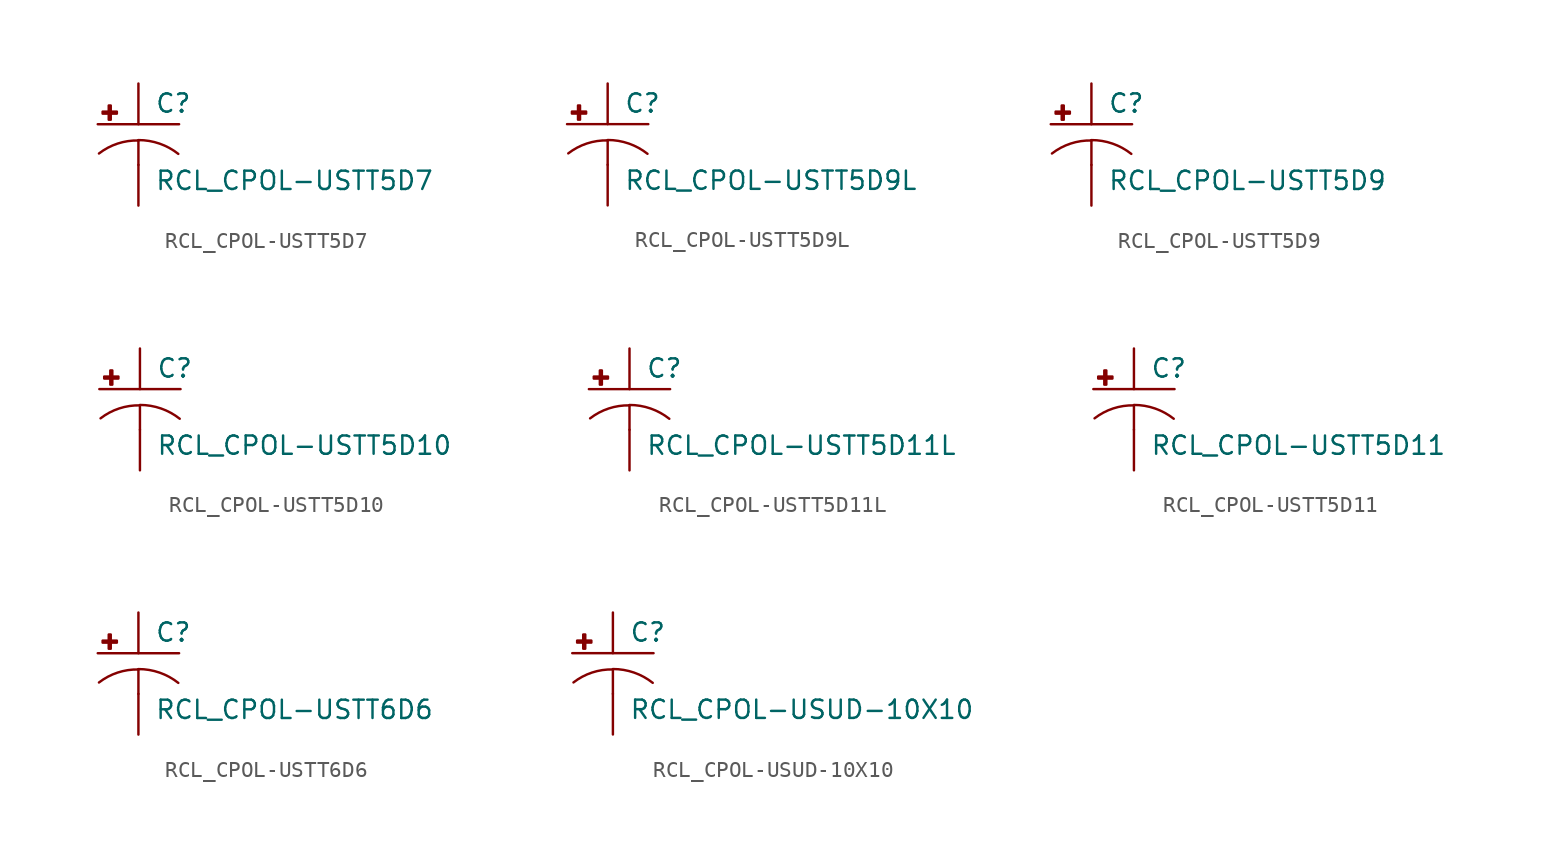
<source format=kicad_sym>
(kicad_symbol_lib
  (version 20210619)
  (generator kicad_symbol_editor)
  (symbol "RCL_CPOL-USTT5D7"
    (pin_numbers hide)
    (pin_names
      (offset 1.016) hide)
    (property "Reference" "C"
      (at 1.016 0.635 0)
      (effects (font (size 1.143 1.143)) (justify left bottom)))
    (property "Value" "RCL_CPOL-USTT5D7"
      (at 1.016 -4.191 0)
      (effects (font (size 1.143 1.143)) (justify left bottom)))
    (property "ki_locked" ""
      (at 0 0 0)
      (effects (font (size 1.27 1.27))))
    (symbol "RCL_CPOL-USTT5D7_1_0"
      (polyline (pts (xy -2.54 0) (xy 2.54 0)) (stroke (width 0)) (fill (type none)))
      (polyline (pts (xy 0 -1.016) (xy 0 -2.54)) (stroke (width 0)) (fill (type none)))
      (polyline (pts (xy 0 -1.016) (xy 0 -1.016)) (stroke (width 0)) (fill (type none))))
    (symbol "RCL_CPOL-USTT5D7_1_1"
      (arc (start 0 -1.016) (end -2.4638 -1.8288) (radius (at 0 -5.0546) (length 4.0386) (angles 90.1 127.3)) (stroke (width 0)) (fill (type none)))
      (arc (start 2.4892 -1.8542) (end 0 -0.9906) (radius (at 0 -5.0292) (length 4.0386) (angles 52.3 89.9)) (stroke (width 0)) (fill (type none)))
      (rectangle (start -2.235 0.66) (end -1.346 0.787) (stroke (width 0)) (fill (type outline)))
      (rectangle (start -1.854 0.279) (end -1.727 1.168) (stroke (width 0)) (fill (type outline)))
      (pin passive line (at 0 2.54 270) (length 2.54) (name "+" (effects (font (size 1.016 1.016)))) (number "+" (effects (font (size 1.016 1.016)))))
      (pin passive line (at 0 -5.08 90) (length 2.54) (name "-" (effects (font (size 1.016 1.016)))) (number "-" (effects (font (size 1.016 1.016)))))))
  (symbol "RCL_CPOL-USTT5D9L"
    (pin_numbers hide)
    (pin_names
      (offset 1.016) hide)
    (property "Reference" "C"
      (at 1.016 0.635 0)
      (effects (font (size 1.143 1.143)) (justify left bottom)))
    (property "Value" "RCL_CPOL-USTT5D9L"
      (at 1.016 -4.191 0)
      (effects (font (size 1.143 1.143)) (justify left bottom)))
    (property "ki_locked" ""
      (at 0 0 0)
      (effects (font (size 1.27 1.27))))
    (symbol "RCL_CPOL-USTT5D9L_1_0"
      (polyline (pts (xy -2.54 0) (xy 2.54 0)) (stroke (width 0)) (fill (type none)))
      (polyline (pts (xy 0 -1.016) (xy 0 -2.54)) (stroke (width 0)) (fill (type none)))
      (polyline (pts (xy 0 -1.016) (xy 0 -1.016)) (stroke (width 0)) (fill (type none))))
    (symbol "RCL_CPOL-USTT5D9L_1_1"
      (arc (start 0 -1.016) (end -2.4638 -1.8288) (radius (at 0 -5.0546) (length 4.0386) (angles 90.1 127.3)) (stroke (width 0)) (fill (type none)))
      (arc (start 2.4892 -1.8542) (end 0 -0.9906) (radius (at 0 -5.0292) (length 4.0386) (angles 52.3 89.9)) (stroke (width 0)) (fill (type none)))
      (rectangle (start -2.235 0.66) (end -1.346 0.787) (stroke (width 0)) (fill (type outline)))
      (rectangle (start -1.854 0.279) (end -1.727 1.168) (stroke (width 0)) (fill (type outline)))
      (pin passive line (at 0 2.54 270) (length 2.54) (name "+" (effects (font (size 1.016 1.016)))) (number "+" (effects (font (size 1.016 1.016)))))
      (pin passive line (at 0 -5.08 90) (length 2.54) (name "-" (effects (font (size 1.016 1.016)))) (number "-" (effects (font (size 1.016 1.016)))))))
  (symbol "RCL_CPOL-USTT5D9"
    (pin_numbers hide)
    (pin_names
      (offset 1.016) hide)
    (property "Reference" "C"
      (at 1.016 0.635 0)
      (effects (font (size 1.143 1.143)) (justify left bottom)))
    (property "Value" "RCL_CPOL-USTT5D9"
      (at 1.016 -4.191 0)
      (effects (font (size 1.143 1.143)) (justify left bottom)))
    (property "ki_locked" ""
      (at 0 0 0)
      (effects (font (size 1.27 1.27))))
    (symbol "RCL_CPOL-USTT5D9_1_0"
      (polyline (pts (xy -2.54 0) (xy 2.54 0)) (stroke (width 0)) (fill (type none)))
      (polyline (pts (xy 0 -1.016) (xy 0 -2.54)) (stroke (width 0)) (fill (type none)))
      (polyline (pts (xy 0 -1.016) (xy 0 -1.016)) (stroke (width 0)) (fill (type none))))
    (symbol "RCL_CPOL-USTT5D9_1_1"
      (arc (start 0 -1.016) (end -2.4638 -1.8288) (radius (at 0 -5.0546) (length 4.0386) (angles 90.1 127.3)) (stroke (width 0)) (fill (type none)))
      (arc (start 2.4892 -1.8542) (end 0 -0.9906) (radius (at 0 -5.0292) (length 4.0386) (angles 52.3 89.9)) (stroke (width 0)) (fill (type none)))
      (rectangle (start -2.235 0.66) (end -1.346 0.787) (stroke (width 0)) (fill (type outline)))
      (rectangle (start -1.854 0.279) (end -1.727 1.168) (stroke (width 0)) (fill (type outline)))
      (pin passive line (at 0 2.54 270) (length 2.54) (name "+" (effects (font (size 1.016 1.016)))) (number "+" (effects (font (size 1.016 1.016)))))
      (pin passive line (at 0 -5.08 90) (length 2.54) (name "-" (effects (font (size 1.016 1.016)))) (number "-" (effects (font (size 1.016 1.016)))))))
  (symbol "RCL_CPOL-USTT5D10"
    (pin_numbers hide)
    (pin_names
      (offset 1.016) hide)
    (property "Reference" "C"
      (at 1.016 0.635 0)
      (effects (font (size 1.143 1.143)) (justify left bottom)))
    (property "Value" "RCL_CPOL-USTT5D10"
      (at 1.016 -4.191 0)
      (effects (font (size 1.143 1.143)) (justify left bottom)))
    (property "ki_locked" ""
      (at 0 0 0)
      (effects (font (size 1.27 1.27))))
    (symbol "RCL_CPOL-USTT5D10_1_0"
      (polyline (pts (xy -2.54 0) (xy 2.54 0)) (stroke (width 0)) (fill (type none)))
      (polyline (pts (xy 0 -1.016) (xy 0 -2.54)) (stroke (width 0)) (fill (type none)))
      (polyline (pts (xy 0 -1.016) (xy 0 -1.016)) (stroke (width 0)) (fill (type none))))
    (symbol "RCL_CPOL-USTT5D10_1_1"
      (arc (start 0 -1.016) (end -2.4638 -1.8288) (radius (at 0 -5.0546) (length 4.0386) (angles 90.1 127.3)) (stroke (width 0)) (fill (type none)))
      (arc (start 2.4892 -1.8542) (end 0 -0.9906) (radius (at 0 -5.0292) (length 4.0386) (angles 52.3 89.9)) (stroke (width 0)) (fill (type none)))
      (rectangle (start -2.235 0.66) (end -1.346 0.787) (stroke (width 0)) (fill (type outline)))
      (rectangle (start -1.854 0.279) (end -1.727 1.168) (stroke (width 0)) (fill (type outline)))
      (pin passive line (at 0 2.54 270) (length 2.54) (name "+" (effects (font (size 1.016 1.016)))) (number "+" (effects (font (size 1.016 1.016)))))
      (pin passive line (at 0 -5.08 90) (length 2.54) (name "-" (effects (font (size 1.016 1.016)))) (number "-" (effects (font (size 1.016 1.016)))))))
  (symbol "RCL_CPOL-USTT5D11L"
    (pin_numbers hide)
    (pin_names
      (offset 1.016) hide)
    (property "Reference" "C"
      (at 1.016 0.635 0)
      (effects (font (size 1.143 1.143)) (justify left bottom)))
    (property "Value" "RCL_CPOL-USTT5D11L"
      (at 1.016 -4.191 0)
      (effects (font (size 1.143 1.143)) (justify left bottom)))
    (property "ki_locked" ""
      (at 0 0 0)
      (effects (font (size 1.27 1.27))))
    (symbol "RCL_CPOL-USTT5D11L_1_0"
      (polyline (pts (xy -2.54 0) (xy 2.54 0)) (stroke (width 0)) (fill (type none)))
      (polyline (pts (xy 0 -1.016) (xy 0 -2.54)) (stroke (width 0)) (fill (type none)))
      (polyline (pts (xy 0 -1.016) (xy 0 -1.016)) (stroke (width 0)) (fill (type none))))
    (symbol "RCL_CPOL-USTT5D11L_1_1"
      (arc (start 0 -1.016) (end -2.4638 -1.8288) (radius (at 0 -5.0546) (length 4.0386) (angles 90.1 127.3)) (stroke (width 0)) (fill (type none)))
      (arc (start 2.4892 -1.8542) (end 0 -0.9906) (radius (at 0 -5.0292) (length 4.0386) (angles 52.3 89.9)) (stroke (width 0)) (fill (type none)))
      (rectangle (start -2.235 0.66) (end -1.346 0.787) (stroke (width 0)) (fill (type outline)))
      (rectangle (start -1.854 0.279) (end -1.727 1.168) (stroke (width 0)) (fill (type outline)))
      (pin passive line (at 0 2.54 270) (length 2.54) (name "+" (effects (font (size 1.016 1.016)))) (number "+" (effects (font (size 1.016 1.016)))))
      (pin passive line (at 0 -5.08 90) (length 2.54) (name "-" (effects (font (size 1.016 1.016)))) (number "-" (effects (font (size 1.016 1.016)))))))
  (symbol "RCL_CPOL-USTT5D11"
    (pin_numbers hide)
    (pin_names
      (offset 1.016) hide)
    (property "Reference" "C"
      (at 1.016 0.635 0)
      (effects (font (size 1.143 1.143)) (justify left bottom)))
    (property "Value" "RCL_CPOL-USTT5D11"
      (at 1.016 -4.191 0)
      (effects (font (size 1.143 1.143)) (justify left bottom)))
    (property "ki_locked" ""
      (at 0 0 0)
      (effects (font (size 1.27 1.27))))
    (symbol "RCL_CPOL-USTT5D11_1_0"
      (polyline (pts (xy -2.54 0) (xy 2.54 0)) (stroke (width 0)) (fill (type none)))
      (polyline (pts (xy 0 -1.016) (xy 0 -2.54)) (stroke (width 0)) (fill (type none)))
      (polyline (pts (xy 0 -1.016) (xy 0 -1.016)) (stroke (width 0)) (fill (type none))))
    (symbol "RCL_CPOL-USTT5D11_1_1"
      (arc (start 0 -1.016) (end -2.4638 -1.8288) (radius (at 0 -5.0546) (length 4.0386) (angles 90.1 127.3)) (stroke (width 0)) (fill (type none)))
      (arc (start 2.4892 -1.8542) (end 0 -0.9906) (radius (at 0 -5.0292) (length 4.0386) (angles 52.3 89.9)) (stroke (width 0)) (fill (type none)))
      (rectangle (start -2.235 0.66) (end -1.346 0.787) (stroke (width 0)) (fill (type outline)))
      (rectangle (start -1.854 0.279) (end -1.727 1.168) (stroke (width 0)) (fill (type outline)))
      (pin passive line (at 0 2.54 270) (length 2.54) (name "+" (effects (font (size 1.016 1.016)))) (number "+" (effects (font (size 1.016 1.016)))))
      (pin passive line (at 0 -5.08 90) (length 2.54) (name "-" (effects (font (size 1.016 1.016)))) (number "-" (effects (font (size 1.016 1.016)))))))
  (symbol "RCL_CPOL-USTT6D6"
    (pin_numbers hide)
    (pin_names
      (offset 1.016) hide)
    (property "Reference" "C"
      (at 1.016 0.635 0)
      (effects (font (size 1.143 1.143)) (justify left bottom)))
    (property "Value" "RCL_CPOL-USTT6D6"
      (at 1.016 -4.191 0)
      (effects (font (size 1.143 1.143)) (justify left bottom)))
    (property "ki_locked" ""
      (at 0 0 0)
      (effects (font (size 1.27 1.27))))
    (symbol "RCL_CPOL-USTT6D6_1_0"
      (polyline (pts (xy -2.54 0) (xy 2.54 0)) (stroke (width 0)) (fill (type none)))
      (polyline (pts (xy 0 -1.016) (xy 0 -2.54)) (stroke (width 0)) (fill (type none)))
      (polyline (pts (xy 0 -1.016) (xy 0 -1.016)) (stroke (width 0)) (fill (type none))))
    (symbol "RCL_CPOL-USTT6D6_1_1"
      (arc (start 0 -1.016) (end -2.4638 -1.8288) (radius (at 0 -5.0546) (length 4.0386) (angles 90.1 127.3)) (stroke (width 0)) (fill (type none)))
      (arc (start 2.4892 -1.8542) (end 0 -0.9906) (radius (at 0 -5.0292) (length 4.0386) (angles 52.3 89.9)) (stroke (width 0)) (fill (type none)))
      (rectangle (start -2.235 0.66) (end -1.346 0.787) (stroke (width 0)) (fill (type outline)))
      (rectangle (start -1.854 0.279) (end -1.727 1.168) (stroke (width 0)) (fill (type outline)))
      (pin passive line (at 0 2.54 270) (length 2.54) (name "+" (effects (font (size 1.016 1.016)))) (number "+" (effects (font (size 1.016 1.016)))))
      (pin passive line (at 0 -5.08 90) (length 2.54) (name "-" (effects (font (size 1.016 1.016)))) (number "-" (effects (font (size 1.016 1.016)))))))
  (symbol "RCL_CPOL-USUD-10X10"
    (pin_numbers hide)
    (pin_names
      (offset 1.016) hide)
    (property "Reference" "C"
      (at 1.016 0.635 0)
      (effects (font (size 1.143 1.143)) (justify left bottom)))
    (property "Value" "RCL_CPOL-USUD-10X10"
      (at 1.016 -4.191 0)
      (effects (font (size 1.143 1.143)) (justify left bottom)))
    (property "ki_locked" ""
      (at 0 0 0)
      (effects (font (size 1.27 1.27))))
    (symbol "RCL_CPOL-USUD-10X10_1_0"
      (polyline (pts (xy -2.54 0) (xy 2.54 0)) (stroke (width 0)) (fill (type none)))
      (polyline (pts (xy 0 -1.016) (xy 0 -2.54)) (stroke (width 0)) (fill (type none)))
      (polyline (pts (xy 0 -1.016) (xy 0 -1.016)) (stroke (width 0)) (fill (type none))))
    (symbol "RCL_CPOL-USUD-10X10_1_1"
      (arc (start 0 -1.016) (end -2.4638 -1.8288) (radius (at 0 -5.0546) (length 4.0386) (angles 90.1 127.3)) (stroke (width 0)) (fill (type none)))
      (arc (start 2.4892 -1.8542) (end 0 -0.9906) (radius (at 0 -5.0292) (length 4.0386) (angles 52.3 89.9)) (stroke (width 0)) (fill (type none)))
      (rectangle (start -2.235 0.66) (end -1.346 0.787) (stroke (width 0)) (fill (type outline)))
      (rectangle (start -1.854 0.279) (end -1.727 1.168) (stroke (width 0)) (fill (type outline)))
      (pin passive line (at 0 2.54 270) (length 2.54) (name "+" (effects (font (size 1.016 1.016)))) (number "+" (effects (font (size 1.016 1.016)))))
      (pin passive line (at 0 -5.08 90) (length 2.54) (name "-" (effects (font (size 1.016 1.016)))) (number "-" (effects (font (size 1.016 1.016))))))))
</source>
